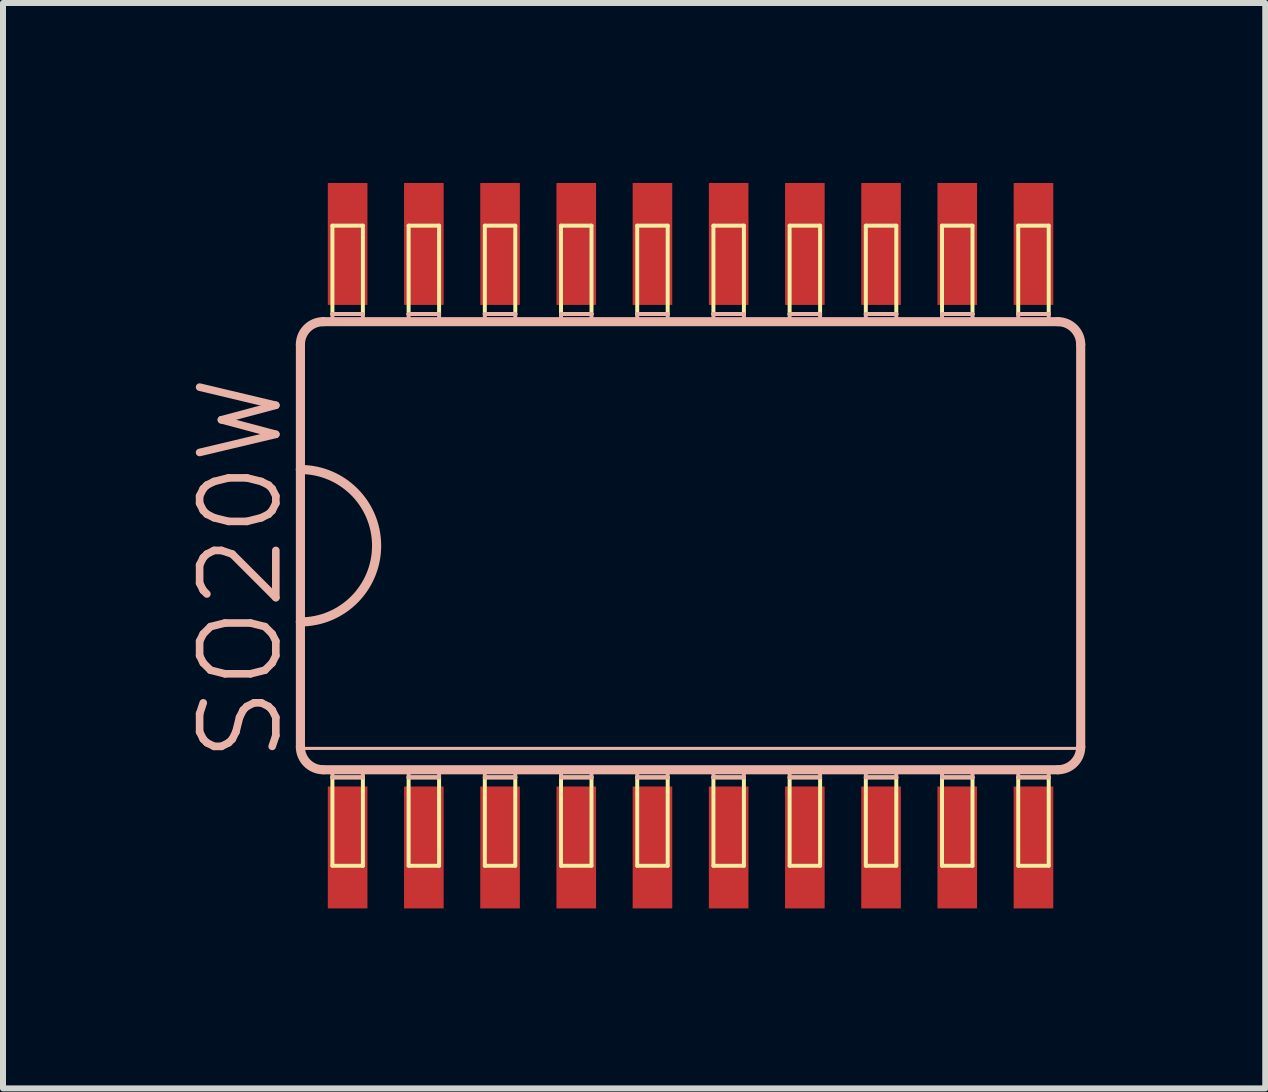
<source format=kicad_pcb>
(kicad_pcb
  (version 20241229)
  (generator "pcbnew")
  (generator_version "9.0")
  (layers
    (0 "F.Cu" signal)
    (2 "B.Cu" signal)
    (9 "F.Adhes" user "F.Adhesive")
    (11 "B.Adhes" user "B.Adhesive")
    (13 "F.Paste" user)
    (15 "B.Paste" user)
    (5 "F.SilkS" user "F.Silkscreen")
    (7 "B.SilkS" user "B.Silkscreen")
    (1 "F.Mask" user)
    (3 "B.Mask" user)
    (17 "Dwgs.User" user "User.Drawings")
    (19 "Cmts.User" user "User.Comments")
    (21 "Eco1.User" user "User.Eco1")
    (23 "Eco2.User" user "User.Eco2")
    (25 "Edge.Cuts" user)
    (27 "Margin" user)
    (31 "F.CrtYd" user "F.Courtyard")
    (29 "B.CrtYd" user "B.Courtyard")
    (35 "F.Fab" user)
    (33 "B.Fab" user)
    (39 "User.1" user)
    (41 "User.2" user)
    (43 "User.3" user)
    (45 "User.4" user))
  (footprint "SO20W"
    (layer "F.Cu")
    (at 8.459 6.045)
    (property "Reference" "SO20W" (at -7.493 0.381 90) (layer "B.SilkS") (effects (font (size 1.27 1.27) (thickness 0.127))))
    (attr smd)
    (fp_line (start -5.969 -5.334) (end -5.461 -5.334) (stroke (width 0.066) (type solid)) (layer "F.SilkS"))
    (fp_line (start -5.969 -3.861) (end -5.969 -5.334) (stroke (width 0.066) (type solid)) (layer "F.SilkS"))
    (fp_line (start -5.969 -3.861) (end -5.461 -3.861) (stroke (width 0.066) (type solid)) (layer "F.SilkS"))
    (fp_line (start -5.969 3.861) (end -5.461 3.861) (stroke (width 0.066) (type solid)) (layer "F.SilkS"))
    (fp_line (start -5.969 5.334) (end -5.969 3.861) (stroke (width 0.066) (type solid)) (layer "F.SilkS"))
    (fp_line (start -5.969 5.334) (end -5.461 5.334) (stroke (width 0.066) (type solid)) (layer "F.SilkS"))
    (fp_line (start -5.461 -3.861) (end -5.461 -5.334) (stroke (width 0.066) (type solid)) (layer "F.SilkS"))
    (fp_line (start -5.461 5.334) (end -5.461 3.861) (stroke (width 0.066) (type solid)) (layer "F.SilkS"))
    (fp_line (start -4.699 -5.334) (end -4.191 -5.334) (stroke (width 0.066) (type solid)) (layer "F.SilkS"))
    (fp_line (start -4.699 -3.861) (end -4.699 -5.334) (stroke (width 0.066) (type solid)) (layer "F.SilkS"))
    (fp_line (start -4.699 -3.861) (end -4.191 -3.861) (stroke (width 0.066) (type solid)) (layer "F.SilkS"))
    (fp_line (start -4.699 3.861) (end -4.191 3.861) (stroke (width 0.066) (type solid)) (layer "F.SilkS"))
    (fp_line (start -4.699 5.334) (end -4.699 3.861) (stroke (width 0.066) (type solid)) (layer "F.SilkS"))
    (fp_line (start -4.699 5.334) (end -4.191 5.334) (stroke (width 0.066) (type solid)) (layer "F.SilkS"))
    (fp_line (start -4.191 -3.861) (end -4.191 -5.334) (stroke (width 0.066) (type solid)) (layer "F.SilkS"))
    (fp_line (start -4.191 5.334) (end -4.191 3.861) (stroke (width 0.066) (type solid)) (layer "F.SilkS"))
    (fp_line (start -3.429 -5.334) (end -2.921 -5.334) (stroke (width 0.066) (type solid)) (layer "F.SilkS"))
    (fp_line (start -3.429 -3.861) (end -3.429 -5.334) (stroke (width 0.066) (type solid)) (layer "F.SilkS"))
    (fp_line (start -3.429 -3.861) (end -2.921 -3.861) (stroke (width 0.066) (type solid)) (layer "F.SilkS"))
    (fp_line (start -3.429 3.861) (end -2.921 3.861) (stroke (width 0.066) (type solid)) (layer "F.SilkS"))
    (fp_line (start -3.429 5.334) (end -3.429 3.861) (stroke (width 0.066) (type solid)) (layer "F.SilkS"))
    (fp_line (start -3.429 5.334) (end -2.921 5.334) (stroke (width 0.066) (type solid)) (layer "F.SilkS"))
    (fp_line (start -2.921 -3.861) (end -2.921 -5.334) (stroke (width 0.066) (type solid)) (layer "F.SilkS"))
    (fp_line (start -2.921 5.334) (end -2.921 3.861) (stroke (width 0.066) (type solid)) (layer "F.SilkS"))
    (fp_line (start -2.159 -5.334) (end -1.651 -5.334) (stroke (width 0.066) (type solid)) (layer "F.SilkS"))
    (fp_line (start -2.159 -3.861) (end -2.159 -5.334) (stroke (width 0.066) (type solid)) (layer "F.SilkS"))
    (fp_line (start -2.159 -3.861) (end -1.651 -3.861) (stroke (width 0.066) (type solid)) (layer "F.SilkS"))
    (fp_line (start -2.159 3.861) (end -1.651 3.861) (stroke (width 0.066) (type solid)) (layer "F.SilkS"))
    (fp_line (start -2.159 5.334) (end -2.159 3.861) (stroke (width 0.066) (type solid)) (layer "F.SilkS"))
    (fp_line (start -2.159 5.334) (end -1.651 5.334) (stroke (width 0.066) (type solid)) (layer "F.SilkS"))
    (fp_line (start -1.651 -3.861) (end -1.651 -5.334) (stroke (width 0.066) (type solid)) (layer "F.SilkS"))
    (fp_line (start -1.651 5.334) (end -1.651 3.861) (stroke (width 0.066) (type solid)) (layer "F.SilkS"))
    (fp_line (start -0.889 -5.334) (end -0.381 -5.334) (stroke (width 0.066) (type solid)) (layer "F.SilkS"))
    (fp_line (start -0.889 -3.861) (end -0.889 -5.334) (stroke (width 0.066) (type solid)) (layer "F.SilkS"))
    (fp_line (start -0.889 -3.861) (end -0.381 -3.861) (stroke (width 0.066) (type solid)) (layer "F.SilkS"))
    (fp_line (start -0.889 3.861) (end -0.381 3.861) (stroke (width 0.066) (type solid)) (layer "F.SilkS"))
    (fp_line (start -0.889 5.334) (end -0.889 3.861) (stroke (width 0.066) (type solid)) (layer "F.SilkS"))
    (fp_line (start -0.889 5.334) (end -0.381 5.334) (stroke (width 0.066) (type solid)) (layer "F.SilkS"))
    (fp_line (start -0.381 -3.861) (end -0.381 -5.334) (stroke (width 0.066) (type solid)) (layer "F.SilkS"))
    (fp_line (start -0.381 5.334) (end -0.381 3.861) (stroke (width 0.066) (type solid)) (layer "F.SilkS"))
    (fp_line (start 0.381 -5.334) (end 0.889 -5.334) (stroke (width 0.066) (type solid)) (layer "F.SilkS"))
    (fp_line (start 0.381 -3.861) (end 0.381 -5.334) (stroke (width 0.066) (type solid)) (layer "F.SilkS"))
    (fp_line (start 0.381 -3.861) (end 0.889 -3.861) (stroke (width 0.066) (type solid)) (layer "F.SilkS"))
    (fp_line (start 0.381 3.861) (end 0.889 3.861) (stroke (width 0.066) (type solid)) (layer "F.SilkS"))
    (fp_line (start 0.381 5.334) (end 0.381 3.861) (stroke (width 0.066) (type solid)) (layer "F.SilkS"))
    (fp_line (start 0.381 5.334) (end 0.889 5.334) (stroke (width 0.066) (type solid)) (layer "F.SilkS"))
    (fp_line (start 0.889 -3.861) (end 0.889 -5.334) (stroke (width 0.066) (type solid)) (layer "F.SilkS"))
    (fp_line (start 0.889 5.334) (end 0.889 3.861) (stroke (width 0.066) (type solid)) (layer "F.SilkS"))
    (fp_line (start 1.651 -5.334) (end 2.159 -5.334) (stroke (width 0.066) (type solid)) (layer "F.SilkS"))
    (fp_line (start 1.651 -3.861) (end 1.651 -5.334) (stroke (width 0.066) (type solid)) (layer "F.SilkS"))
    (fp_line (start 1.651 -3.861) (end 2.159 -3.861) (stroke (width 0.066) (type solid)) (layer "F.SilkS"))
    (fp_line (start 1.651 3.861) (end 2.159 3.861) (stroke (width 0.066) (type solid)) (layer "F.SilkS"))
    (fp_line (start 1.651 5.334) (end 1.651 3.861) (stroke (width 0.066) (type solid)) (layer "F.SilkS"))
    (fp_line (start 1.651 5.334) (end 2.159 5.334) (stroke (width 0.066) (type solid)) (layer "F.SilkS"))
    (fp_line (start 2.159 -3.861) (end 2.159 -5.334) (stroke (width 0.066) (type solid)) (layer "F.SilkS"))
    (fp_line (start 2.159 5.334) (end 2.159 3.861) (stroke (width 0.066) (type solid)) (layer "F.SilkS"))
    (fp_line (start 2.921 -5.334) (end 3.429 -5.334) (stroke (width 0.066) (type solid)) (layer "F.SilkS"))
    (fp_line (start 2.921 -3.861) (end 2.921 -5.334) (stroke (width 0.066) (type solid)) (layer "F.SilkS"))
    (fp_line (start 2.921 -3.861) (end 3.429 -3.861) (stroke (width 0.066) (type solid)) (layer "F.SilkS"))
    (fp_line (start 2.921 3.861) (end 3.429 3.861) (stroke (width 0.066) (type solid)) (layer "F.SilkS"))
    (fp_line (start 2.921 5.334) (end 2.921 3.861) (stroke (width 0.066) (type solid)) (layer "F.SilkS"))
    (fp_line (start 2.921 5.334) (end 3.429 5.334) (stroke (width 0.066) (type solid)) (layer "F.SilkS"))
    (fp_line (start 3.429 -3.861) (end 3.429 -5.334) (stroke (width 0.066) (type solid)) (layer "F.SilkS"))
    (fp_line (start 3.429 5.334) (end 3.429 3.861) (stroke (width 0.066) (type solid)) (layer "F.SilkS"))
    (fp_line (start 4.191 -5.334) (end 4.699 -5.334) (stroke (width 0.066) (type solid)) (layer "F.SilkS"))
    (fp_line (start 4.191 -3.861) (end 4.191 -5.334) (stroke (width 0.066) (type solid)) (layer "F.SilkS"))
    (fp_line (start 4.191 -3.861) (end 4.699 -3.861) (stroke (width 0.066) (type solid)) (layer "F.SilkS"))
    (fp_line (start 4.191 3.861) (end 4.699 3.861) (stroke (width 0.066) (type solid)) (layer "F.SilkS"))
    (fp_line (start 4.191 5.334) (end 4.191 3.861) (stroke (width 0.066) (type solid)) (layer "F.SilkS"))
    (fp_line (start 4.191 5.334) (end 4.699 5.334) (stroke (width 0.066) (type solid)) (layer "F.SilkS"))
    (fp_line (start 4.699 -3.861) (end 4.699 -5.334) (stroke (width 0.066) (type solid)) (layer "F.SilkS"))
    (fp_line (start 4.699 5.334) (end 4.699 3.861) (stroke (width 0.066) (type solid)) (layer "F.SilkS"))
    (fp_line (start 5.461 -5.334) (end 5.969 -5.334) (stroke (width 0.066) (type solid)) (layer "F.SilkS"))
    (fp_line (start 5.461 -3.861) (end 5.461 -5.334) (stroke (width 0.066) (type solid)) (layer "F.SilkS"))
    (fp_line (start 5.461 -3.861) (end 5.969 -3.861) (stroke (width 0.066) (type solid)) (layer "F.SilkS"))
    (fp_line (start 5.461 3.861) (end 5.969 3.861) (stroke (width 0.066) (type solid)) (layer "F.SilkS"))
    (fp_line (start 5.461 5.334) (end 5.461 3.861) (stroke (width 0.066) (type solid)) (layer "F.SilkS"))
    (fp_line (start 5.461 5.334) (end 5.969 5.334) (stroke (width 0.066) (type solid)) (layer "F.SilkS"))
    (fp_line (start 5.969 -3.861) (end 5.969 -5.334) (stroke (width 0.066) (type solid)) (layer "F.SilkS"))
    (fp_line (start 5.969 5.334) (end 5.969 3.861) (stroke (width 0.066) (type solid)) (layer "F.SilkS"))
    (fp_line (start -6.502 -3.353) (end -6.502 -1.27) (stroke (width 0.152) (type solid)) (layer "B.SilkS"))
    (fp_line (start -6.502 -1.27) (end -6.502 1.27) (stroke (width 0.152) (type solid)) (layer "B.SilkS"))
    (fp_line (start -6.502 1.27) (end -6.502 3.353) (stroke (width 0.152) (type solid)) (layer "B.SilkS"))
    (fp_line (start -6.477 3.378) (end 6.477 3.378) (stroke (width 0.051) (type solid)) (layer "B.SilkS"))
    (fp_line (start -6.121 3.734) (end 6.121 3.734) (stroke (width 0.152) (type solid)) (layer "B.SilkS"))
    (fp_line (start -5.969 -3.861) (end -5.461 -3.861) (stroke (width 0.066) (type solid)) (layer "B.SilkS"))
    (fp_line (start -5.969 -3.734) (end -5.969 -3.861) (stroke (width 0.066) (type solid)) (layer "B.SilkS"))
    (fp_line (start -5.969 -3.734) (end -5.461 -3.734) (stroke (width 0.066) (type solid)) (layer "B.SilkS"))
    (fp_line (start -5.969 3.734) (end -5.461 3.734) (stroke (width 0.066) (type solid)) (layer "B.SilkS"))
    (fp_line (start -5.969 3.861) (end -5.969 3.734) (stroke (width 0.066) (type solid)) (layer "B.SilkS"))
    (fp_line (start -5.969 3.861) (end -5.461 3.861) (stroke (width 0.066) (type solid)) (layer "B.SilkS"))
    (fp_line (start -5.461 -3.734) (end -5.461 -3.861) (stroke (width 0.066) (type solid)) (layer "B.SilkS"))
    (fp_line (start -5.461 3.861) (end -5.461 3.734) (stroke (width 0.066) (type solid)) (layer "B.SilkS"))
    (fp_line (start -4.699 -3.861) (end -4.191 -3.861) (stroke (width 0.066) (type solid)) (layer "B.SilkS"))
    (fp_line (start -4.699 -3.734) (end -4.699 -3.861) (stroke (width 0.066) (type solid)) (layer "B.SilkS"))
    (fp_line (start -4.699 -3.734) (end -4.191 -3.734) (stroke (width 0.066) (type solid)) (layer "B.SilkS"))
    (fp_line (start -4.699 3.734) (end -4.191 3.734) (stroke (width 0.066) (type solid)) (layer "B.SilkS"))
    (fp_line (start -4.699 3.861) (end -4.699 3.734) (stroke (width 0.066) (type solid)) (layer "B.SilkS"))
    (fp_line (start -4.699 3.861) (end -4.191 3.861) (stroke (width 0.066) (type solid)) (layer "B.SilkS"))
    (fp_line (start -4.191 -3.734) (end -4.191 -3.861) (stroke (width 0.066) (type solid)) (layer "B.SilkS"))
    (fp_line (start -4.191 3.861) (end -4.191 3.734) (stroke (width 0.066) (type solid)) (layer "B.SilkS"))
    (fp_line (start -3.429 -3.861) (end -2.921 -3.861) (stroke (width 0.066) (type solid)) (layer "B.SilkS"))
    (fp_line (start -3.429 -3.734) (end -3.429 -3.861) (stroke (width 0.066) (type solid)) (layer "B.SilkS"))
    (fp_line (start -3.429 -3.734) (end -2.921 -3.734) (stroke (width 0.066) (type solid)) (layer "B.SilkS"))
    (fp_line (start -3.429 3.734) (end -2.921 3.734) (stroke (width 0.066) (type solid)) (layer "B.SilkS"))
    (fp_line (start -3.429 3.861) (end -3.429 3.734) (stroke (width 0.066) (type solid)) (layer "B.SilkS"))
    (fp_line (start -3.429 3.861) (end -2.921 3.861) (stroke (width 0.066) (type solid)) (layer "B.SilkS"))
    (fp_line (start -2.921 -3.734) (end -2.921 -3.861) (stroke (width 0.066) (type solid)) (layer "B.SilkS"))
    (fp_line (start -2.921 3.861) (end -2.921 3.734) (stroke (width 0.066) (type solid)) (layer "B.SilkS"))
    (fp_line (start -2.159 -3.861) (end -1.651 -3.861) (stroke (width 0.066) (type solid)) (layer "B.SilkS"))
    (fp_line (start -2.159 -3.734) (end -2.159 -3.861) (stroke (width 0.066) (type solid)) (layer "B.SilkS"))
    (fp_line (start -2.159 -3.734) (end -1.651 -3.734) (stroke (width 0.066) (type solid)) (layer "B.SilkS"))
    (fp_line (start -2.159 3.734) (end -1.651 3.734) (stroke (width 0.066) (type solid)) (layer "B.SilkS"))
    (fp_line (start -2.159 3.861) (end -2.159 3.734) (stroke (width 0.066) (type solid)) (layer "B.SilkS"))
    (fp_line (start -2.159 3.861) (end -1.651 3.861) (stroke (width 0.066) (type solid)) (layer "B.SilkS"))
    (fp_line (start -1.651 -3.734) (end -1.651 -3.861) (stroke (width 0.066) (type solid)) (layer "B.SilkS"))
    (fp_line (start -1.651 3.861) (end -1.651 3.734) (stroke (width 0.066) (type solid)) (layer "B.SilkS"))
    (fp_line (start -0.889 -3.861) (end -0.381 -3.861) (stroke (width 0.066) (type solid)) (layer "B.SilkS"))
    (fp_line (start -0.889 -3.734) (end -0.889 -3.861) (stroke (width 0.066) (type solid)) (layer "B.SilkS"))
    (fp_line (start -0.889 -3.734) (end -0.381 -3.734) (stroke (width 0.066) (type solid)) (layer "B.SilkS"))
    (fp_line (start -0.889 3.734) (end -0.381 3.734) (stroke (width 0.066) (type solid)) (layer "B.SilkS"))
    (fp_line (start -0.889 3.861) (end -0.889 3.734) (stroke (width 0.066) (type solid)) (layer "B.SilkS"))
    (fp_line (start -0.889 3.861) (end -0.381 3.861) (stroke (width 0.066) (type solid)) (layer "B.SilkS"))
    (fp_line (start -0.381 -3.734) (end -0.381 -3.861) (stroke (width 0.066) (type solid)) (layer "B.SilkS"))
    (fp_line (start -0.381 3.861) (end -0.381 3.734) (stroke (width 0.066) (type solid)) (layer "B.SilkS"))
    (fp_line (start 0.381 -3.861) (end 0.889 -3.861) (stroke (width 0.066) (type solid)) (layer "B.SilkS"))
    (fp_line (start 0.381 -3.734) (end 0.381 -3.861) (stroke (width 0.066) (type solid)) (layer "B.SilkS"))
    (fp_line (start 0.381 -3.734) (end 0.889 -3.734) (stroke (width 0.066) (type solid)) (layer "B.SilkS"))
    (fp_line (start 0.381 3.734) (end 0.889 3.734) (stroke (width 0.066) (type solid)) (layer "B.SilkS"))
    (fp_line (start 0.381 3.861) (end 0.381 3.734) (stroke (width 0.066) (type solid)) (layer "B.SilkS"))
    (fp_line (start 0.381 3.861) (end 0.889 3.861) (stroke (width 0.066) (type solid)) (layer "B.SilkS"))
    (fp_line (start 0.889 -3.734) (end 0.889 -3.861) (stroke (width 0.066) (type solid)) (layer "B.SilkS"))
    (fp_line (start 0.889 3.861) (end 0.889 3.734) (stroke (width 0.066) (type solid)) (layer "B.SilkS"))
    (fp_line (start 1.651 -3.861) (end 2.159 -3.861) (stroke (width 0.066) (type solid)) (layer "B.SilkS"))
    (fp_line (start 1.651 -3.734) (end 1.651 -3.861) (stroke (width 0.066) (type solid)) (layer "B.SilkS"))
    (fp_line (start 1.651 -3.734) (end 2.159 -3.734) (stroke (width 0.066) (type solid)) (layer "B.SilkS"))
    (fp_line (start 1.651 3.734) (end 2.159 3.734) (stroke (width 0.066) (type solid)) (layer "B.SilkS"))
    (fp_line (start 1.651 3.861) (end 1.651 3.734) (stroke (width 0.066) (type solid)) (layer "B.SilkS"))
    (fp_line (start 1.651 3.861) (end 2.159 3.861) (stroke (width 0.066) (type solid)) (layer "B.SilkS"))
    (fp_line (start 2.159 -3.734) (end 2.159 -3.861) (stroke (width 0.066) (type solid)) (layer "B.SilkS"))
    (fp_line (start 2.159 3.861) (end 2.159 3.734) (stroke (width 0.066) (type solid)) (layer "B.SilkS"))
    (fp_line (start 2.921 -3.861) (end 3.429 -3.861) (stroke (width 0.066) (type solid)) (layer "B.SilkS"))
    (fp_line (start 2.921 -3.734) (end 2.921 -3.861) (stroke (width 0.066) (type solid)) (layer "B.SilkS"))
    (fp_line (start 2.921 -3.734) (end 3.429 -3.734) (stroke (width 0.066) (type solid)) (layer "B.SilkS"))
    (fp_line (start 2.921 3.734) (end 3.429 3.734) (stroke (width 0.066) (type solid)) (layer "B.SilkS"))
    (fp_line (start 2.921 3.861) (end 2.921 3.734) (stroke (width 0.066) (type solid)) (layer "B.SilkS"))
    (fp_line (start 2.921 3.861) (end 3.429 3.861) (stroke (width 0.066) (type solid)) (layer "B.SilkS"))
    (fp_line (start 3.429 -3.734) (end 3.429 -3.861) (stroke (width 0.066) (type solid)) (layer "B.SilkS"))
    (fp_line (start 3.429 3.861) (end 3.429 3.734) (stroke (width 0.066) (type solid)) (layer "B.SilkS"))
    (fp_line (start 4.191 -3.861) (end 4.699 -3.861) (stroke (width 0.066) (type solid)) (layer "B.SilkS"))
    (fp_line (start 4.191 -3.734) (end 4.191 -3.861) (stroke (width 0.066) (type solid)) (layer "B.SilkS"))
    (fp_line (start 4.191 -3.734) (end 4.699 -3.734) (stroke (width 0.066) (type solid)) (layer "B.SilkS"))
    (fp_line (start 4.191 3.734) (end 4.699 3.734) (stroke (width 0.066) (type solid)) (layer "B.SilkS"))
    (fp_line (start 4.191 3.861) (end 4.191 3.734) (stroke (width 0.066) (type solid)) (layer "B.SilkS"))
    (fp_line (start 4.191 3.861) (end 4.699 3.861) (stroke (width 0.066) (type solid)) (layer "B.SilkS"))
    (fp_line (start 4.699 -3.734) (end 4.699 -3.861) (stroke (width 0.066) (type solid)) (layer "B.SilkS"))
    (fp_line (start 4.699 3.861) (end 4.699 3.734) (stroke (width 0.066) (type solid)) (layer "B.SilkS"))
    (fp_line (start 5.461 -3.861) (end 5.969 -3.861) (stroke (width 0.066) (type solid)) (layer "B.SilkS"))
    (fp_line (start 5.461 -3.734) (end 5.461 -3.861) (stroke (width 0.066) (type solid)) (layer "B.SilkS"))
    (fp_line (start 5.461 -3.734) (end 5.969 -3.734) (stroke (width 0.066) (type solid)) (layer "B.SilkS"))
    (fp_line (start 5.461 3.734) (end 5.969 3.734) (stroke (width 0.066) (type solid)) (layer "B.SilkS"))
    (fp_line (start 5.461 3.861) (end 5.461 3.734) (stroke (width 0.066) (type solid)) (layer "B.SilkS"))
    (fp_line (start 5.461 3.861) (end 5.969 3.861) (stroke (width 0.066) (type solid)) (layer "B.SilkS"))
    (fp_line (start 5.969 -3.734) (end 5.969 -3.861) (stroke (width 0.066) (type solid)) (layer "B.SilkS"))
    (fp_line (start 5.969 3.861) (end 5.969 3.734) (stroke (width 0.066) (type solid)) (layer "B.SilkS"))
    (fp_line (start 6.121 -3.734) (end -6.121 -3.734) (stroke (width 0.152) (type solid)) (layer "B.SilkS"))
    (fp_line (start 6.502 3.353) (end 6.502 -3.353) (stroke (width 0.152) (type solid)) (layer "B.SilkS"))
    (fp_arc (start -6.5024 -3.3528) (mid -6.390808 -3.622208) (end -6.1214 -3.7338) (stroke (width 0.1524) (type solid)) (layer "B.SilkS"))
    (fp_arc (start -6.5024 -1.27) (mid -5.2324 0) (end -6.5024 1.27) (stroke (width 0.1524) (type solid)) (layer "B.SilkS"))
    (fp_arc (start -6.1214 3.7338) (mid -6.390808 3.622208) (end -6.5024 3.3528) (stroke (width 0.1524) (type solid)) (layer "B.SilkS"))
    (fp_arc (start 6.1214 -3.7338) (mid 6.390808 -3.622208) (end 6.5024 -3.3528) (stroke (width 0.1524) (type solid)) (layer "B.SilkS"))
    (fp_arc (start 6.5024 3.3528) (mid 6.390808 3.622208) (end 6.1214 3.7338) (stroke (width 0.1524) (type solid)) (layer "B.SilkS"))
    (pad "1" smd rect (at -5.715 5.029) (size 0.66 2.032) (layers "F.Cu" "F.Mask" "F.Paste"))
    (pad "2" smd rect (at -4.445 5.029) (size 0.66 2.032) (layers "F.Cu" "F.Mask" "F.Paste"))
    (pad "3" smd rect (at -3.175 5.029) (size 0.66 2.032) (layers "F.Cu" "F.Mask" "F.Paste"))
    (pad "4" smd rect (at -1.905 5.029) (size 0.66 2.032) (layers "F.Cu" "F.Mask" "F.Paste"))
    (pad "5" smd rect (at -0.635 5.029) (size 0.66 2.032) (layers "F.Cu" "F.Mask" "F.Paste"))
    (pad "6" smd rect (at 0.635 5.029) (size 0.66 2.032) (layers "F.Cu" "F.Mask" "F.Paste"))
    (pad "7" smd rect (at 1.905 5.029) (size 0.66 2.032) (layers "F.Cu" "F.Mask" "F.Paste"))
    (pad "8" smd rect (at 3.175 5.029) (size 0.66 2.032) (layers "F.Cu" "F.Mask" "F.Paste"))
    (pad "9" smd rect (at 4.445 5.029) (size 0.66 2.032) (layers "F.Cu" "F.Mask" "F.Paste"))
    (pad "10" smd rect (at 5.715 5.029) (size 0.66 2.032) (layers "F.Cu" "F.Mask" "F.Paste"))
    (pad "11" smd rect (at 5.715 -5.029) (size 0.66 2.032) (layers "F.Cu" "F.Mask" "F.Paste"))
    (pad "12" smd rect (at 4.445 -5.029) (size 0.66 2.032) (layers "F.Cu" "F.Mask" "F.Paste"))
    (pad "13" smd rect (at 3.175 -5.029) (size 0.66 2.032) (layers "F.Cu" "F.Mask" "F.Paste"))
    (pad "14" smd rect (at 1.905 -5.029) (size 0.66 2.032) (layers "F.Cu" "F.Mask" "F.Paste"))
    (pad "15" smd rect (at 0.635 -5.029) (size 0.66 2.032) (layers "F.Cu" "F.Mask" "F.Paste"))
    (pad "16" smd rect (at -0.635 -5.029) (size 0.66 2.032) (layers "F.Cu" "F.Mask" "F.Paste"))
    (pad "17" smd rect (at -1.905 -5.029) (size 0.66 2.032) (layers "F.Cu" "F.Mask" "F.Paste"))
    (pad "18" smd rect (at -3.175 -5.029) (size 0.66 2.032) (layers "F.Cu" "F.Mask" "F.Paste"))
    (pad "19" smd rect (at -4.445 -5.029) (size 0.66 2.032) (layers "F.Cu" "F.Mask" "F.Paste"))
    (pad "20" smd rect (at -5.715 -5.029) (size 0.66 2.032) (layers "F.Cu" "F.Mask" "F.Paste")))
  (gr_rect
    (start -3 -3)
    (end 18.037 15.09)
    (stroke (width 0.1) (type default))
    (fill no)
    (layer "Edge.Cuts")))
</source>
